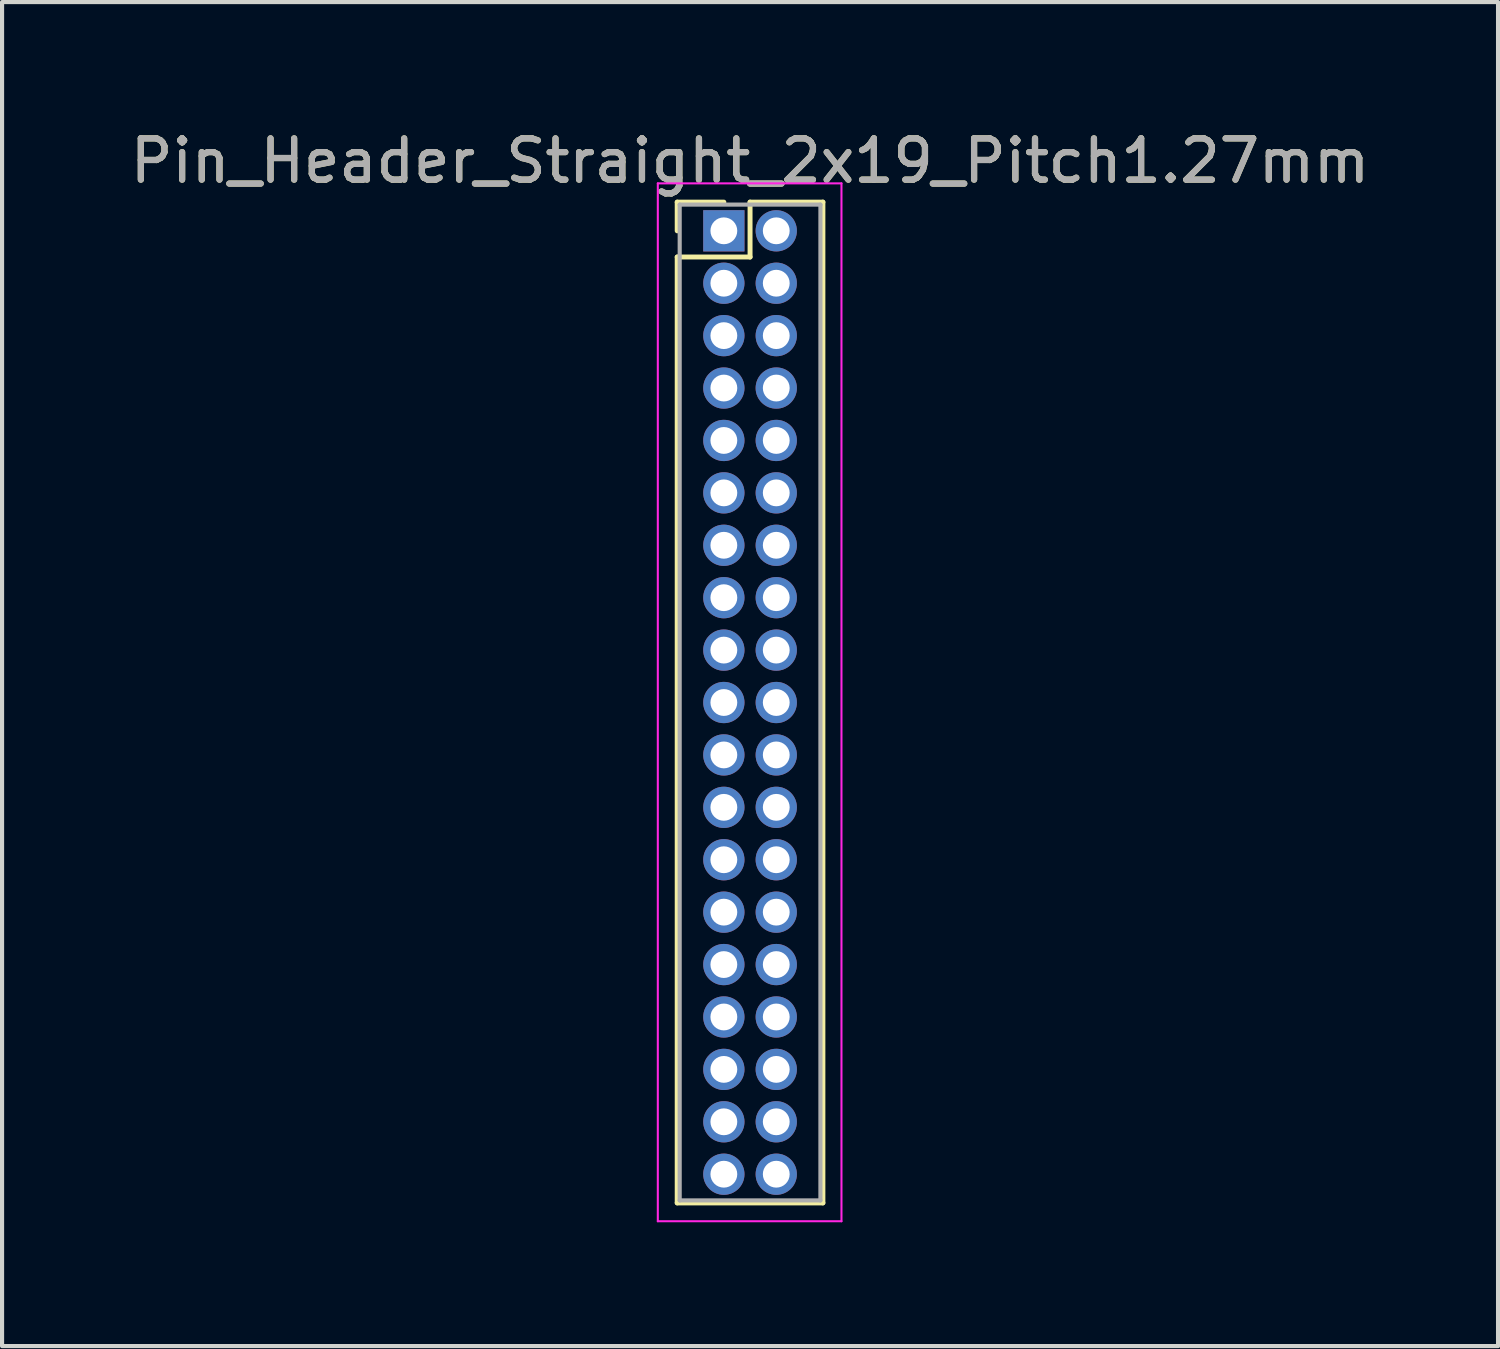
<source format=kicad_pcb>
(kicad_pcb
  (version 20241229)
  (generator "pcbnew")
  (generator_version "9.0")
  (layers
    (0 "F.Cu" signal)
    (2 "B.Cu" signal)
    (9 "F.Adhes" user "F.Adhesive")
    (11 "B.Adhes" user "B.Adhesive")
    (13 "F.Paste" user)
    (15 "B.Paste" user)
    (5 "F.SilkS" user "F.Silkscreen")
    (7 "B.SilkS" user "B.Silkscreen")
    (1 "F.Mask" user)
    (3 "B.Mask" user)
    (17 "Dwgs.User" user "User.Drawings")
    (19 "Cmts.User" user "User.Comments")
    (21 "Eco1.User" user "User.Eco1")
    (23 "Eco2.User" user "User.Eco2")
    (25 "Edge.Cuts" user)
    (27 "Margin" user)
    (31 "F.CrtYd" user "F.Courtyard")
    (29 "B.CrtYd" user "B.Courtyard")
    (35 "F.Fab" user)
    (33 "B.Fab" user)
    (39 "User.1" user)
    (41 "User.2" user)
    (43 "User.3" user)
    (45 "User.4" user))
  (footprint "Pin_Header_Straight_2x19_Pitch1.27mm"
    (layer "F.Cu")
    (at 14.49 2.543)
    (property "Reference" "Pin_Header_Straight_2x19_Pitch1.27mm" (at 0.635 -1.695 0) (layer "F.SilkS") (effects (font (size 1 1) (thickness 0.15))))
    (attr through_hole)
    (fp_line (start -1.13 -0.695) (end 0 -0.695) (stroke (width 0.12) (type solid)) (layer "F.SilkS"))
    (fp_line (start -1.13 0) (end -1.13 -0.695) (stroke (width 0.12) (type solid)) (layer "F.SilkS"))
    (fp_line (start -1.13 0.635) (end -1.13 23.555) (stroke (width 0.12) (type solid)) (layer "F.SilkS"))
    (fp_line (start -1.13 23.555) (end 2.4 23.555) (stroke (width 0.12) (type solid)) (layer "F.SilkS"))
    (fp_line (start 0.635 -0.695) (end 0.635 0.635) (stroke (width 0.12) (type solid)) (layer "F.SilkS"))
    (fp_line (start 0.635 0.635) (end -1.13 0.635) (stroke (width 0.12) (type solid)) (layer "F.SilkS"))
    (fp_line (start 2.4 -0.695) (end 0.635 -0.695) (stroke (width 0.12) (type solid)) (layer "F.SilkS"))
    (fp_line (start 2.4 23.555) (end 2.4 -0.695) (stroke (width 0.12) (type solid)) (layer "F.SilkS"))
    (fp_line (start -1.6 -1.15) (end -1.6 24) (stroke (width 0.05) (type solid)) (layer "F.CrtYd"))
    (fp_line (start -1.6 24) (end 2.85 24) (stroke (width 0.05) (type solid)) (layer "F.CrtYd"))
    (fp_line (start 2.85 -1.15) (end -1.6 -1.15) (stroke (width 0.05) (type solid)) (layer "F.CrtYd"))
    (fp_line (start 2.85 24) (end 2.85 -1.15) (stroke (width 0.05) (type solid)) (layer "F.CrtYd"))
    (fp_line (start -1.07 -0.635) (end -1.07 23.495) (stroke (width 0.1) (type solid)) (layer "F.Fab"))
    (fp_line (start -1.07 23.495) (end 2.34 23.495) (stroke (width 0.1) (type solid)) (layer "F.Fab"))
    (fp_line (start 2.34 -0.635) (end -1.07 -0.635) (stroke (width 0.1) (type solid)) (layer "F.Fab"))
    (fp_line (start 2.34 23.495) (end 2.34 -0.635) (stroke (width 0.1) (type solid)) (layer "F.Fab"))
    (fp_text user "${REFERENCE}" (at 0.635 -1.695 0) (layer "F.Fab") (effects (font (size 1 1) (thickness 0.15))))
    (pad "1" thru_hole rect (at 0 0) (size 1 1) (drill 0.65) (layers "*.Cu" "*.Mask"))
    (pad "2" thru_hole oval (at 1.27 0) (size 1 1) (drill 0.65) (layers "*.Cu" "*.Mask"))
    (pad "3" thru_hole oval (at 0 1.27) (size 1 1) (drill 0.65) (layers "*.Cu" "*.Mask"))
    (pad "4" thru_hole oval (at 1.27 1.27) (size 1 1) (drill 0.65) (layers "*.Cu" "*.Mask"))
    (pad "5" thru_hole oval (at 0 2.54) (size 1 1) (drill 0.65) (layers "*.Cu" "*.Mask"))
    (pad "6" thru_hole oval (at 1.27 2.54) (size 1 1) (drill 0.65) (layers "*.Cu" "*.Mask"))
    (pad "7" thru_hole oval (at 0 3.81) (size 1 1) (drill 0.65) (layers "*.Cu" "*.Mask"))
    (pad "8" thru_hole oval (at 1.27 3.81) (size 1 1) (drill 0.65) (layers "*.Cu" "*.Mask"))
    (pad "9" thru_hole oval (at 0 5.08) (size 1 1) (drill 0.65) (layers "*.Cu" "*.Mask"))
    (pad "10" thru_hole oval (at 1.27 5.08) (size 1 1) (drill 0.65) (layers "*.Cu" "*.Mask"))
    (pad "11" thru_hole oval (at 0 6.35) (size 1 1) (drill 0.65) (layers "*.Cu" "*.Mask"))
    (pad "12" thru_hole oval (at 1.27 6.35) (size 1 1) (drill 0.65) (layers "*.Cu" "*.Mask"))
    (pad "13" thru_hole oval (at 0 7.62) (size 1 1) (drill 0.65) (layers "*.Cu" "*.Mask"))
    (pad "14" thru_hole oval (at 1.27 7.62) (size 1 1) (drill 0.65) (layers "*.Cu" "*.Mask"))
    (pad "15" thru_hole oval (at 0 8.89) (size 1 1) (drill 0.65) (layers "*.Cu" "*.Mask"))
    (pad "16" thru_hole oval (at 1.27 8.89) (size 1 1) (drill 0.65) (layers "*.Cu" "*.Mask"))
    (pad "17" thru_hole oval (at 0 10.16) (size 1 1) (drill 0.65) (layers "*.Cu" "*.Mask"))
    (pad "18" thru_hole oval (at 1.27 10.16) (size 1 1) (drill 0.65) (layers "*.Cu" "*.Mask"))
    (pad "19" thru_hole oval (at 0 11.43) (size 1 1) (drill 0.65) (layers "*.Cu" "*.Mask"))
    (pad "20" thru_hole oval (at 1.27 11.43) (size 1 1) (drill 0.65) (layers "*.Cu" "*.Mask"))
    (pad "21" thru_hole oval (at 0 12.7) (size 1 1) (drill 0.65) (layers "*.Cu" "*.Mask"))
    (pad "22" thru_hole oval (at 1.27 12.7) (size 1 1) (drill 0.65) (layers "*.Cu" "*.Mask"))
    (pad "23" thru_hole oval (at 0 13.97) (size 1 1) (drill 0.65) (layers "*.Cu" "*.Mask"))
    (pad "24" thru_hole oval (at 1.27 13.97) (size 1 1) (drill 0.65) (layers "*.Cu" "*.Mask"))
    (pad "25" thru_hole oval (at 0 15.24) (size 1 1) (drill 0.65) (layers "*.Cu" "*.Mask"))
    (pad "26" thru_hole oval (at 1.27 15.24) (size 1 1) (drill 0.65) (layers "*.Cu" "*.Mask"))
    (pad "27" thru_hole oval (at 0 16.51) (size 1 1) (drill 0.65) (layers "*.Cu" "*.Mask"))
    (pad "28" thru_hole oval (at 1.27 16.51) (size 1 1) (drill 0.65) (layers "*.Cu" "*.Mask"))
    (pad "29" thru_hole oval (at 0 17.78) (size 1 1) (drill 0.65) (layers "*.Cu" "*.Mask"))
    (pad "30" thru_hole oval (at 1.27 17.78) (size 1 1) (drill 0.65) (layers "*.Cu" "*.Mask"))
    (pad "31" thru_hole oval (at 0 19.05) (size 1 1) (drill 0.65) (layers "*.Cu" "*.Mask"))
    (pad "32" thru_hole oval (at 1.27 19.05) (size 1 1) (drill 0.65) (layers "*.Cu" "*.Mask"))
    (pad "33" thru_hole oval (at 0 20.32) (size 1 1) (drill 0.65) (layers "*.Cu" "*.Mask"))
    (pad "34" thru_hole oval (at 1.27 20.32) (size 1 1) (drill 0.65) (layers "*.Cu" "*.Mask"))
    (pad "35" thru_hole oval (at 0 21.59) (size 1 1) (drill 0.65) (layers "*.Cu" "*.Mask"))
    (pad "36" thru_hole oval (at 1.27 21.59) (size 1 1) (drill 0.65) (layers "*.Cu" "*.Mask"))
    (pad "37" thru_hole oval (at 0 22.86) (size 1 1) (drill 0.65) (layers "*.Cu" "*.Mask"))
    (pad "38" thru_hole oval (at 1.27 22.86) (size 1 1) (drill 0.65) (layers "*.Cu" "*.Mask")))
  (gr_rect
    (start -3 -3)
    (end 33.25 29.568)
    (stroke (width 0.1) (type default))
    (fill no)
    (layer "Edge.Cuts")))
</source>
